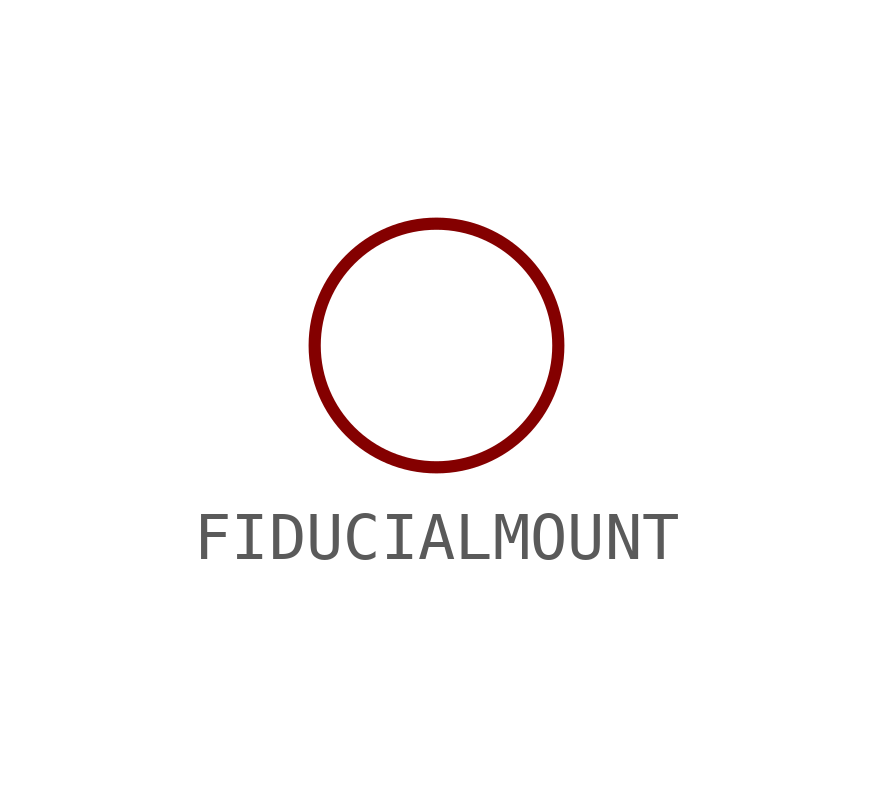
<source format=kicad_sym>
(kicad_symbol_lib
  (version 20220914)
  (generator kicad_symbol_editor)
  (symbol "FIDUCIALMOUNT"
    (property "Reference" ""
      (at 0 0 0)
      (effects (font (size 1.27 1.27)) hide))
    (property "ki_locked" ""
      (at 0 0 0)
      (effects (font (size 1.27 1.27))))
    (symbol "FIDUCIALMOUNT_1_0"
      (circle (center 0 0) (radius 2.54) (stroke (width 0.254) (type solid)) (fill (type none))))))
</source>
